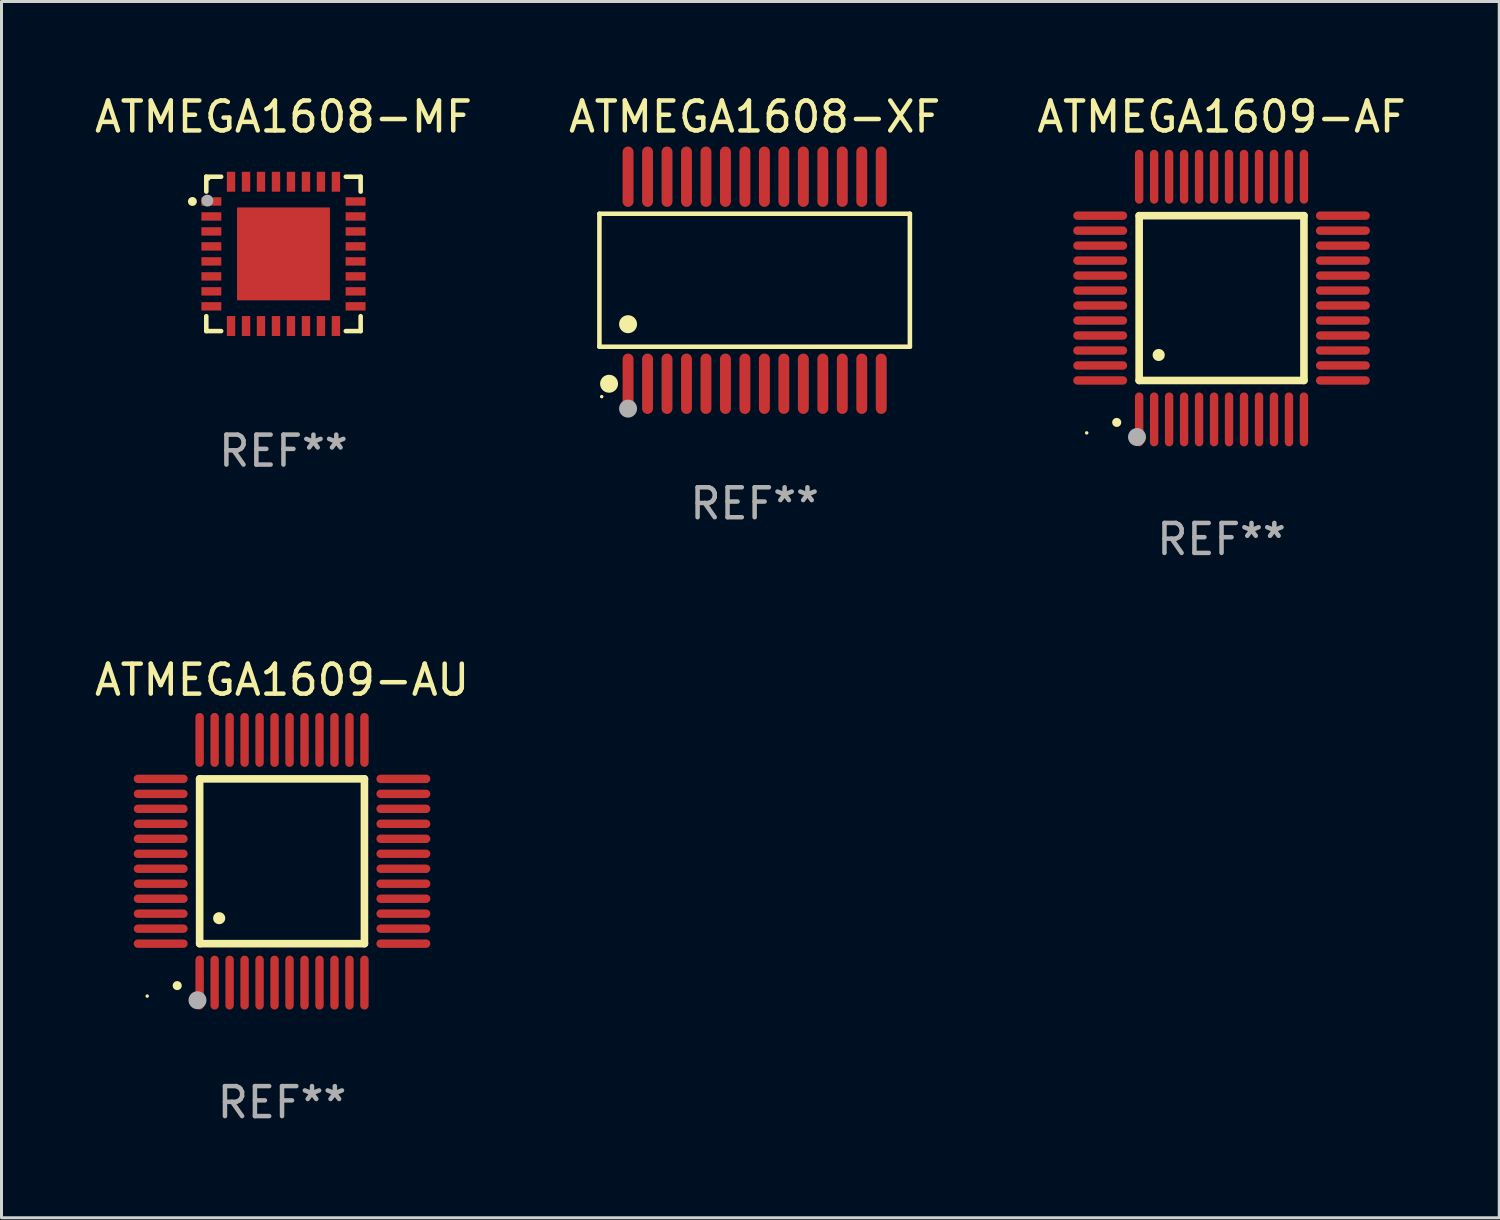
<source format=kicad_pcb>
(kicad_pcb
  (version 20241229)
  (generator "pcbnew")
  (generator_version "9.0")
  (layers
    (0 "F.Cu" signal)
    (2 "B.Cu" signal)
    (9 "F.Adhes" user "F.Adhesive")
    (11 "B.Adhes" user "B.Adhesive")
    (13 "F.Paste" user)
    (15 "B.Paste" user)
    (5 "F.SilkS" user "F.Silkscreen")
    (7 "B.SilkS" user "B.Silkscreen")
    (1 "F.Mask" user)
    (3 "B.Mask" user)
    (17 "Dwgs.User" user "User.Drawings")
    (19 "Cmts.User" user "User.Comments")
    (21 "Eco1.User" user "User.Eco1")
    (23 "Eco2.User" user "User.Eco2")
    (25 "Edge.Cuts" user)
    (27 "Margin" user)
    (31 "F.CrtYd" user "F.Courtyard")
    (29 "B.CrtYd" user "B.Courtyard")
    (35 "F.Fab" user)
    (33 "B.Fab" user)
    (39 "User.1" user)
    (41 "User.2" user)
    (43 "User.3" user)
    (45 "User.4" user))
  (footprint "ATMEGA1608-XF"
    (layer "F.Cu")
    (at 22.137 6.303)
    (property "Reference" "ATMEGA1608-XF" (at 0 -5.455 0) (layer "F.SilkS") (effects (font (size 1 1) (thickness 0.15))))
    (attr through_hole)
    (fp_line (start -5.181 -2.219) (end 5.181 -2.219) (stroke (width 0.152) (type solid)) (layer "F.SilkS"))
    (fp_line (start -5.181 2.219) (end -5.181 -2.219) (stroke (width 0.152) (type solid)) (layer "F.SilkS"))
    (fp_line (start 5.181 -2.219) (end 5.181 2.219) (stroke (width 0.152) (type solid)) (layer "F.SilkS"))
    (fp_line (start 5.181 2.219) (end -5.181 2.219) (stroke (width 0.152) (type solid)) (layer "F.SilkS"))
    (fp_circle (center -5.105 3.885) (end -5.075 3.885) (stroke (width 0.06) (type solid)) (fill no) (layer "F.SilkS"))
    (fp_circle (center -4.859 3.455) (end -4.709 3.455) (stroke (width 0.3) (type solid)) (fill no) (layer "F.SilkS"))
    (fp_circle (center -4.225 1.467) (end -4.075 1.467) (stroke (width 0.3) (type solid)) (fill no) (layer "F.SilkS"))
    (fp_circle (center -4.225 4.285) (end -4.075 4.285) (stroke (width 0.3) (type solid)) (fill no) (layer "F.Fab"))
    (fp_text user "REF**" (at 0 7.455 0) (layer "F.Fab") (effects (font (size 1 1) (thickness 0.15))))
    (pad "1" smd oval (at -4.225 3.455) (size 0.364 2.015) (layers "F.Cu" "F.Mask" "F.Paste"))
    (pad "2" smd oval (at -3.575 3.455) (size 0.364 2.015) (layers "F.Cu" "F.Mask" "F.Paste"))
    (pad "3" smd oval (at -2.925 3.455) (size 0.364 2.015) (layers "F.Cu" "F.Mask" "F.Paste"))
    (pad "4" smd oval (at -2.275 3.455) (size 0.364 2.015) (layers "F.Cu" "F.Mask" "F.Paste"))
    (pad "5" smd oval (at -1.625 3.455) (size 0.364 2.015) (layers "F.Cu" "F.Mask" "F.Paste"))
    (pad "6" smd oval (at -0.975 3.455) (size 0.364 2.015) (layers "F.Cu" "F.Mask" "F.Paste"))
    (pad "7" smd oval (at -0.325 3.455) (size 0.364 2.015) (layers "F.Cu" "F.Mask" "F.Paste"))
    (pad "8" smd oval (at 0.325 3.455) (size 0.364 2.015) (layers "F.Cu" "F.Mask" "F.Paste"))
    (pad "9" smd oval (at 0.975 3.455) (size 0.364 2.015) (layers "F.Cu" "F.Mask" "F.Paste"))
    (pad "10" smd oval (at 1.625 3.455) (size 0.364 2.015) (layers "F.Cu" "F.Mask" "F.Paste"))
    (pad "11" smd oval (at 2.275 3.455) (size 0.364 2.015) (layers "F.Cu" "F.Mask" "F.Paste"))
    (pad "12" smd oval (at 2.925 3.455) (size 0.364 2.015) (layers "F.Cu" "F.Mask" "F.Paste"))
    (pad "13" smd oval (at 3.575 3.455) (size 0.364 2.015) (layers "F.Cu" "F.Mask" "F.Paste"))
    (pad "14" smd oval (at 4.225 3.455) (size 0.364 2.015) (layers "F.Cu" "F.Mask" "F.Paste"))
    (pad "15" smd oval (at 4.225 -3.455) (size 0.364 2.015) (layers "F.Cu" "F.Mask" "F.Paste"))
    (pad "16" smd oval (at 3.575 -3.455) (size 0.364 2.015) (layers "F.Cu" "F.Mask" "F.Paste"))
    (pad "17" smd oval (at 2.925 -3.455) (size 0.364 2.015) (layers "F.Cu" "F.Mask" "F.Paste"))
    (pad "18" smd oval (at 2.275 -3.455) (size 0.364 2.015) (layers "F.Cu" "F.Mask" "F.Paste"))
    (pad "19" smd oval (at 1.625 -3.455) (size 0.364 2.015) (layers "F.Cu" "F.Mask" "F.Paste"))
    (pad "20" smd oval (at 0.975 -3.455) (size 0.364 2.015) (layers "F.Cu" "F.Mask" "F.Paste"))
    (pad "21" smd oval (at 0.325 -3.455) (size 0.364 2.015) (layers "F.Cu" "F.Mask" "F.Paste"))
    (pad "22" smd oval (at -0.325 -3.455) (size 0.364 2.015) (layers "F.Cu" "F.Mask" "F.Paste"))
    (pad "23" smd oval (at -0.975 -3.455) (size 0.364 2.015) (layers "F.Cu" "F.Mask" "F.Paste"))
    (pad "24" smd oval (at -1.625 -3.455) (size 0.364 2.015) (layers "F.Cu" "F.Mask" "F.Paste"))
    (pad "25" smd oval (at -2.275 -3.455) (size 0.364 2.015) (layers "F.Cu" "F.Mask" "F.Paste"))
    (pad "26" smd oval (at -2.925 -3.455) (size 0.364 2.015) (layers "F.Cu" "F.Mask" "F.Paste"))
    (pad "27" smd oval (at -3.575 -3.455) (size 0.364 2.015) (layers "F.Cu" "F.Mask" "F.Paste"))
    (pad "28" smd oval (at -4.225 -3.455) (size 0.364 2.015) (layers "F.Cu" "F.Mask" "F.Paste")))
  (footprint "ATMEGA1608-MF"
    (layer "F.Cu")
    (at 6.411 5.424)
    (property "Reference" "ATMEGA1608-MF" (at 0 -4.576 0) (layer "F.SilkS") (effects (font (size 1 1) (thickness 0.15))))
    (attr through_hole)
    (fp_line (start -2.576 -2.576) (end -2.576 -2.08) (stroke (width 0.152) (type solid)) (layer "F.SilkS"))
    (fp_line (start -2.576 2.576) (end -2.576 2.08) (stroke (width 0.152) (type solid)) (layer "F.SilkS"))
    (fp_line (start -2.08 -2.576) (end -2.576 -2.576) (stroke (width 0.152) (type solid)) (layer "F.SilkS"))
    (fp_line (start -2.08 2.576) (end -2.576 2.576) (stroke (width 0.152) (type solid)) (layer "F.SilkS"))
    (fp_line (start 2.08 -2.576) (end 2.576 -2.576) (stroke (width 0.152) (type solid)) (layer "F.SilkS"))
    (fp_line (start 2.08 2.576) (end 2.576 2.576) (stroke (width 0.152) (type solid)) (layer "F.SilkS"))
    (fp_line (start 2.576 -2.576) (end 2.576 -2.08) (stroke (width 0.152) (type solid)) (layer "F.SilkS"))
    (fp_line (start 2.576 2.576) (end 2.576 2.08) (stroke (width 0.152) (type solid)) (layer "F.SilkS"))
    (fp_circle (center -3.04 -1.75) (end -2.965 -1.75) (stroke (width 0.15) (type solid)) (fill no) (layer "F.SilkS"))
    (fp_circle (center -2.5 -2.5) (end -2.47 -2.5) (stroke (width 0.06) (type solid)) (fill no) (layer "F.SilkS"))
    (fp_circle (center -2.54 -1.778) (end -2.44 -1.778) (stroke (width 0.2) (type solid)) (fill no) (layer "F.Fab"))
    (fp_text user "REF**" (at 0 6.576 0) (layer "F.Fab") (effects (font (size 1 1) (thickness 0.15))))
    (pad "1" smd rect (at -2.407 -1.75) (size 0.665 0.28) (layers "F.Cu" "F.Mask" "F.Paste"))
    (pad "2" smd rect (at -2.407 -1.25) (size 0.665 0.28) (layers "F.Cu" "F.Mask" "F.Paste"))
    (pad "3" smd rect (at -2.407 -0.75) (size 0.665 0.28) (layers "F.Cu" "F.Mask" "F.Paste"))
    (pad "4" smd rect (at -2.407 -0.25) (size 0.665 0.28) (layers "F.Cu" "F.Mask" "F.Paste"))
    (pad "5" smd rect (at -2.407 0.25) (size 0.665 0.28) (layers "F.Cu" "F.Mask" "F.Paste"))
    (pad "6" smd rect (at -2.407 0.75) (size 0.665 0.28) (layers "F.Cu" "F.Mask" "F.Paste"))
    (pad "7" smd rect (at -2.407 1.25) (size 0.665 0.28) (layers "F.Cu" "F.Mask" "F.Paste"))
    (pad "8" smd rect (at -2.407 1.75) (size 0.665 0.28) (layers "F.Cu" "F.Mask" "F.Paste"))
    (pad "9" smd rect (at -1.75 2.407) (size 0.28 0.665) (layers "F.Cu" "F.Mask" "F.Paste"))
    (pad "10" smd rect (at -1.25 2.407) (size 0.28 0.665) (layers "F.Cu" "F.Mask" "F.Paste"))
    (pad "11" smd rect (at -0.75 2.407) (size 0.28 0.665) (layers "F.Cu" "F.Mask" "F.Paste"))
    (pad "12" smd rect (at -0.25 2.407) (size 0.28 0.665) (layers "F.Cu" "F.Mask" "F.Paste"))
    (pad "13" smd rect (at 0.25 2.407) (size 0.28 0.665) (layers "F.Cu" "F.Mask" "F.Paste"))
    (pad "14" smd rect (at 0.75 2.407) (size 0.28 0.665) (layers "F.Cu" "F.Mask" "F.Paste"))
    (pad "15" smd rect (at 1.25 2.407) (size 0.28 0.665) (layers "F.Cu" "F.Mask" "F.Paste"))
    (pad "16" smd rect (at 1.75 2.407) (size 0.28 0.665) (layers "F.Cu" "F.Mask" "F.Paste"))
    (pad "17" smd rect (at 2.407 1.75) (size 0.665 0.28) (layers "F.Cu" "F.Mask" "F.Paste"))
    (pad "18" smd rect (at 2.407 1.25) (size 0.665 0.28) (layers "F.Cu" "F.Mask" "F.Paste"))
    (pad "19" smd rect (at 2.407 0.75) (size 0.665 0.28) (layers "F.Cu" "F.Mask" "F.Paste"))
    (pad "20" smd rect (at 2.407 0.25) (size 0.665 0.28) (layers "F.Cu" "F.Mask" "F.Paste"))
    (pad "21" smd rect (at 2.407 -0.25) (size 0.665 0.28) (layers "F.Cu" "F.Mask" "F.Paste"))
    (pad "22" smd rect (at 2.407 -0.75) (size 0.665 0.28) (layers "F.Cu" "F.Mask" "F.Paste"))
    (pad "23" smd rect (at 2.407 -1.25) (size 0.665 0.28) (layers "F.Cu" "F.Mask" "F.Paste"))
    (pad "24" smd rect (at 2.407 -1.75) (size 0.665 0.28) (layers "F.Cu" "F.Mask" "F.Paste"))
    (pad "25" smd rect (at 1.75 -2.408) (size 0.28 0.665) (layers "F.Cu" "F.Mask" "F.Paste"))
    (pad "26" smd rect (at 1.25 -2.408) (size 0.28 0.665) (layers "F.Cu" "F.Mask" "F.Paste"))
    (pad "27" smd rect (at 0.75 -2.408) (size 0.28 0.665) (layers "F.Cu" "F.Mask" "F.Paste"))
    (pad "28" smd rect (at 0.25 -2.408) (size 0.28 0.665) (layers "F.Cu" "F.Mask" "F.Paste"))
    (pad "29" smd rect (at -0.25 -2.408) (size 0.28 0.665) (layers "F.Cu" "F.Mask" "F.Paste"))
    (pad "30" smd rect (at -0.75 -2.408) (size 0.28 0.665) (layers "F.Cu" "F.Mask" "F.Paste"))
    (pad "31" smd rect (at -1.25 -2.408) (size 0.28 0.665) (layers "F.Cu" "F.Mask" "F.Paste"))
    (pad "32" smd rect (at -1.75 -2.408) (size 0.28 0.665) (layers "F.Cu" "F.Mask" "F.Paste"))
    (pad "33" smd rect (at -0.000076 -0.000102) (size 3.1 3.1) (layers "F.Cu" "F.Mask" "F.Paste")))
  (footprint "ATMEGA1609-AF"
    (layer "F.Cu")
    (at 37.72 6.898)
    (property "Reference" "ATMEGA1609-AF" (at 0 -6.05 0) (layer "F.SilkS") (effects (font (size 1 1) (thickness 0.15))))
    (attr through_hole)
    (fp_line (start -2.75 -2.75) (end 2.75 -2.75) (stroke (width 0.254) (type solid)) (layer "F.SilkS"))
    (fp_line (start -2.75 2.75) (end -2.75 -2.75) (stroke (width 0.254) (type solid)) (layer "F.SilkS"))
    (fp_line (start 2.75 -2.75) (end 2.75 2.75) (stroke (width 0.254) (type solid)) (layer "F.SilkS"))
    (fp_line (start 2.75 2.75) (end -2.75 2.75) (stroke (width 0.254) (type solid)) (layer "F.SilkS"))
    (fp_arc (start -3.500127 4.150368) (mid -3.498857 4.150363) (end -3.497587 4.150368) (stroke (width 0.3) (type solid)) (layer "F.SilkS"))
    (fp_arc (start -2.100584 1.899924) (mid -2.098044 1.899908) (end -2.095504 1.899924) (stroke (width 0.4) (type solid)) (layer "F.SilkS"))
    (fp_circle (center -4.5 4.5) (end -4.47 4.5) (stroke (width 0.06) (type solid)) (fill no) (layer "F.SilkS"))
    (fp_circle (center -2.822 4.638) (end -2.672 4.638) (stroke (width 0.3) (type solid)) (fill no) (layer "F.Fab"))
    (fp_text user "REF**" (at 0 8.05 0) (layer "F.Fab") (effects (font (size 1 1) (thickness 0.15))))
    (pad "1" smd oval (at -2.75 4.05) (size 0.28 1.8) (layers "F.Cu" "F.Mask" "F.Paste"))
    (pad "2" smd oval (at -2.25 4.05) (size 0.28 1.8) (layers "F.Cu" "F.Mask" "F.Paste"))
    (pad "3" smd oval (at -1.75 4.05) (size 0.28 1.8) (layers "F.Cu" "F.Mask" "F.Paste"))
    (pad "4" smd oval (at -1.25 4.05) (size 0.28 1.8) (layers "F.Cu" "F.Mask" "F.Paste"))
    (pad "5" smd oval (at -0.75 4.05) (size 0.28 1.8) (layers "F.Cu" "F.Mask" "F.Paste"))
    (pad "6" smd oval (at -0.25 4.05) (size 0.28 1.8) (layers "F.Cu" "F.Mask" "F.Paste"))
    (pad "7" smd oval (at 0.25 4.05) (size 0.28 1.8) (layers "F.Cu" "F.Mask" "F.Paste"))
    (pad "8" smd oval (at 0.75 4.05) (size 0.28 1.8) (layers "F.Cu" "F.Mask" "F.Paste"))
    (pad "9" smd oval (at 1.25 4.05) (size 0.28 1.8) (layers "F.Cu" "F.Mask" "F.Paste"))
    (pad "10" smd oval (at 1.75 4.05) (size 0.28 1.8) (layers "F.Cu" "F.Mask" "F.Paste"))
    (pad "11" smd oval (at 2.25 4.05) (size 0.28 1.8) (layers "F.Cu" "F.Mask" "F.Paste"))
    (pad "12" smd oval (at 2.75 4.05) (size 0.28 1.8) (layers "F.Cu" "F.Mask" "F.Paste"))
    (pad "13" smd oval (at 4.05 2.75) (size 1.8 0.28) (layers "F.Cu" "F.Mask" "F.Paste"))
    (pad "14" smd oval (at 4.05 2.25) (size 1.8 0.28) (layers "F.Cu" "F.Mask" "F.Paste"))
    (pad "15" smd oval (at 4.05 1.75) (size 1.8 0.28) (layers "F.Cu" "F.Mask" "F.Paste"))
    (pad "16" smd oval (at 4.05 1.25) (size 1.8 0.28) (layers "F.Cu" "F.Mask" "F.Paste"))
    (pad "17" smd oval (at 4.05 0.75) (size 1.8 0.28) (layers "F.Cu" "F.Mask" "F.Paste"))
    (pad "18" smd oval (at 4.05 0.25) (size 1.8 0.28) (layers "F.Cu" "F.Mask" "F.Paste"))
    (pad "19" smd oval (at 4.05 -0.25) (size 1.8 0.28) (layers "F.Cu" "F.Mask" "F.Paste"))
    (pad "20" smd oval (at 4.05 -0.75) (size 1.8 0.28) (layers "F.Cu" "F.Mask" "F.Paste"))
    (pad "21" smd oval (at 4.05 -1.25) (size 1.8 0.28) (layers "F.Cu" "F.Mask" "F.Paste"))
    (pad "22" smd oval (at 4.05 -1.75) (size 1.8 0.28) (layers "F.Cu" "F.Mask" "F.Paste"))
    (pad "23" smd oval (at 4.05 -2.25) (size 1.8 0.28) (layers "F.Cu" "F.Mask" "F.Paste"))
    (pad "24" smd oval (at 4.05 -2.75) (size 1.8 0.28) (layers "F.Cu" "F.Mask" "F.Paste"))
    (pad "25" smd oval (at 2.75 -4.05) (size 0.28 1.8) (layers "F.Cu" "F.Mask" "F.Paste"))
    (pad "26" smd oval (at 2.25 -4.05) (size 0.28 1.8) (layers "F.Cu" "F.Mask" "F.Paste"))
    (pad "27" smd oval (at 1.75 -4.05) (size 0.28 1.8) (layers "F.Cu" "F.Mask" "F.Paste"))
    (pad "28" smd oval (at 1.25 -4.05) (size 0.28 1.8) (layers "F.Cu" "F.Mask" "F.Paste"))
    (pad "29" smd oval (at 0.75 -4.05) (size 0.28 1.8) (layers "F.Cu" "F.Mask" "F.Paste"))
    (pad "30" smd oval (at 0.25 -4.05) (size 0.28 1.8) (layers "F.Cu" "F.Mask" "F.Paste"))
    (pad "31" smd oval (at -0.25 -4.05) (size 0.28 1.8) (layers "F.Cu" "F.Mask" "F.Paste"))
    (pad "32" smd oval (at -0.75 -4.05) (size 0.28 1.8) (layers "F.Cu" "F.Mask" "F.Paste"))
    (pad "33" smd oval (at -1.25 -4.05) (size 0.28 1.8) (layers "F.Cu" "F.Mask" "F.Paste"))
    (pad "34" smd oval (at -1.75 -4.05) (size 0.28 1.8) (layers "F.Cu" "F.Mask" "F.Paste"))
    (pad "35" smd oval (at -2.25 -4.05) (size 0.28 1.8) (layers "F.Cu" "F.Mask" "F.Paste"))
    (pad "36" smd oval (at -2.75 -4.05) (size 0.28 1.8) (layers "F.Cu" "F.Mask" "F.Paste"))
    (pad "37" smd oval (at -4.05 -2.75) (size 1.8 0.28) (layers "F.Cu" "F.Mask" "F.Paste"))
    (pad "38" smd oval (at -4.05 -2.25) (size 1.8 0.28) (layers "F.Cu" "F.Mask" "F.Paste"))
    (pad "39" smd oval (at -4.05 -1.75) (size 1.8 0.28) (layers "F.Cu" "F.Mask" "F.Paste"))
    (pad "40" smd oval (at -4.05 -1.25) (size 1.8 0.28) (layers "F.Cu" "F.Mask" "F.Paste"))
    (pad "41" smd oval (at -4.05 -0.75) (size 1.8 0.28) (layers "F.Cu" "F.Mask" "F.Paste"))
    (pad "42" smd oval (at -4.05 -0.25) (size 1.8 0.28) (layers "F.Cu" "F.Mask" "F.Paste"))
    (pad "43" smd oval (at -4.05 0.25) (size 1.8 0.28) (layers "F.Cu" "F.Mask" "F.Paste"))
    (pad "44" smd oval (at -4.05 0.75) (size 1.8 0.28) (layers "F.Cu" "F.Mask" "F.Paste"))
    (pad "45" smd oval (at -4.05 1.25) (size 1.8 0.28) (layers "F.Cu" "F.Mask" "F.Paste"))
    (pad "46" smd oval (at -4.05 1.75) (size 1.8 0.28) (layers "F.Cu" "F.Mask" "F.Paste"))
    (pad "47" smd oval (at -4.05 2.25) (size 1.8 0.28) (layers "F.Cu" "F.Mask" "F.Paste"))
    (pad "48" smd oval (at -4.05 2.75) (size 1.8 0.28) (layers "F.Cu" "F.Mask" "F.Paste")))
  (footprint "ATMEGA1609-AU"
    (layer "F.Cu")
    (at 6.363 25.695)
    (property "Reference" "ATMEGA1609-AU" (at 0 -6.05 0) (layer "F.SilkS") (effects (font (size 1 1) (thickness 0.15))))
    (attr through_hole)
    (fp_line (start -2.75 -2.75) (end 2.75 -2.75) (stroke (width 0.254) (type solid)) (layer "F.SilkS"))
    (fp_line (start -2.75 2.75) (end -2.75 -2.75) (stroke (width 0.254) (type solid)) (layer "F.SilkS"))
    (fp_line (start 2.75 -2.75) (end 2.75 2.75) (stroke (width 0.254) (type solid)) (layer "F.SilkS"))
    (fp_line (start 2.75 2.75) (end -2.75 2.75) (stroke (width 0.254) (type solid)) (layer "F.SilkS"))
    (fp_arc (start -3.500127 4.150368) (mid -3.498857 4.150363) (end -3.497587 4.150368) (stroke (width 0.3) (type solid)) (layer "F.SilkS"))
    (fp_arc (start -2.100584 1.899924) (mid -2.098044 1.899908) (end -2.095504 1.899924) (stroke (width 0.4) (type solid)) (layer "F.SilkS"))
    (fp_circle (center -4.5 4.5) (end -4.47 4.5) (stroke (width 0.06) (type solid)) (fill no) (layer "F.SilkS"))
    (fp_circle (center -2.822 4.638) (end -2.672 4.638) (stroke (width 0.3) (type solid)) (fill no) (layer "F.Fab"))
    (fp_text user "REF**" (at 0 8.05 0) (layer "F.Fab") (effects (font (size 1 1) (thickness 0.15))))
    (pad "1" smd oval (at -2.75 4.05) (size 0.28 1.8) (layers "F.Cu" "F.Mask" "F.Paste"))
    (pad "2" smd oval (at -2.25 4.05) (size 0.28 1.8) (layers "F.Cu" "F.Mask" "F.Paste"))
    (pad "3" smd oval (at -1.75 4.05) (size 0.28 1.8) (layers "F.Cu" "F.Mask" "F.Paste"))
    (pad "4" smd oval (at -1.25 4.05) (size 0.28 1.8) (layers "F.Cu" "F.Mask" "F.Paste"))
    (pad "5" smd oval (at -0.75 4.05) (size 0.28 1.8) (layers "F.Cu" "F.Mask" "F.Paste"))
    (pad "6" smd oval (at -0.25 4.05) (size 0.28 1.8) (layers "F.Cu" "F.Mask" "F.Paste"))
    (pad "7" smd oval (at 0.25 4.05) (size 0.28 1.8) (layers "F.Cu" "F.Mask" "F.Paste"))
    (pad "8" smd oval (at 0.75 4.05) (size 0.28 1.8) (layers "F.Cu" "F.Mask" "F.Paste"))
    (pad "9" smd oval (at 1.25 4.05) (size 0.28 1.8) (layers "F.Cu" "F.Mask" "F.Paste"))
    (pad "10" smd oval (at 1.75 4.05) (size 0.28 1.8) (layers "F.Cu" "F.Mask" "F.Paste"))
    (pad "11" smd oval (at 2.25 4.05) (size 0.28 1.8) (layers "F.Cu" "F.Mask" "F.Paste"))
    (pad "12" smd oval (at 2.75 4.05) (size 0.28 1.8) (layers "F.Cu" "F.Mask" "F.Paste"))
    (pad "13" smd oval (at 4.05 2.75) (size 1.8 0.28) (layers "F.Cu" "F.Mask" "F.Paste"))
    (pad "14" smd oval (at 4.05 2.25) (size 1.8 0.28) (layers "F.Cu" "F.Mask" "F.Paste"))
    (pad "15" smd oval (at 4.05 1.75) (size 1.8 0.28) (layers "F.Cu" "F.Mask" "F.Paste"))
    (pad "16" smd oval (at 4.05 1.25) (size 1.8 0.28) (layers "F.Cu" "F.Mask" "F.Paste"))
    (pad "17" smd oval (at 4.05 0.75) (size 1.8 0.28) (layers "F.Cu" "F.Mask" "F.Paste"))
    (pad "18" smd oval (at 4.05 0.25) (size 1.8 0.28) (layers "F.Cu" "F.Mask" "F.Paste"))
    (pad "19" smd oval (at 4.05 -0.25) (size 1.8 0.28) (layers "F.Cu" "F.Mask" "F.Paste"))
    (pad "20" smd oval (at 4.05 -0.75) (size 1.8 0.28) (layers "F.Cu" "F.Mask" "F.Paste"))
    (pad "21" smd oval (at 4.05 -1.25) (size 1.8 0.28) (layers "F.Cu" "F.Mask" "F.Paste"))
    (pad "22" smd oval (at 4.05 -1.75) (size 1.8 0.28) (layers "F.Cu" "F.Mask" "F.Paste"))
    (pad "23" smd oval (at 4.05 -2.25) (size 1.8 0.28) (layers "F.Cu" "F.Mask" "F.Paste"))
    (pad "24" smd oval (at 4.05 -2.75) (size 1.8 0.28) (layers "F.Cu" "F.Mask" "F.Paste"))
    (pad "25" smd oval (at 2.75 -4.05) (size 0.28 1.8) (layers "F.Cu" "F.Mask" "F.Paste"))
    (pad "26" smd oval (at 2.25 -4.05) (size 0.28 1.8) (layers "F.Cu" "F.Mask" "F.Paste"))
    (pad "27" smd oval (at 1.75 -4.05) (size 0.28 1.8) (layers "F.Cu" "F.Mask" "F.Paste"))
    (pad "28" smd oval (at 1.25 -4.05) (size 0.28 1.8) (layers "F.Cu" "F.Mask" "F.Paste"))
    (pad "29" smd oval (at 0.75 -4.05) (size 0.28 1.8) (layers "F.Cu" "F.Mask" "F.Paste"))
    (pad "30" smd oval (at 0.25 -4.05) (size 0.28 1.8) (layers "F.Cu" "F.Mask" "F.Paste"))
    (pad "31" smd oval (at -0.25 -4.05) (size 0.28 1.8) (layers "F.Cu" "F.Mask" "F.Paste"))
    (pad "32" smd oval (at -0.75 -4.05) (size 0.28 1.8) (layers "F.Cu" "F.Mask" "F.Paste"))
    (pad "33" smd oval (at -1.25 -4.05) (size 0.28 1.8) (layers "F.Cu" "F.Mask" "F.Paste"))
    (pad "34" smd oval (at -1.75 -4.05) (size 0.28 1.8) (layers "F.Cu" "F.Mask" "F.Paste"))
    (pad "35" smd oval (at -2.25 -4.05) (size 0.28 1.8) (layers "F.Cu" "F.Mask" "F.Paste"))
    (pad "36" smd oval (at -2.75 -4.05) (size 0.28 1.8) (layers "F.Cu" "F.Mask" "F.Paste"))
    (pad "37" smd oval (at -4.05 -2.75) (size 1.8 0.28) (layers "F.Cu" "F.Mask" "F.Paste"))
    (pad "38" smd oval (at -4.05 -2.25) (size 1.8 0.28) (layers "F.Cu" "F.Mask" "F.Paste"))
    (pad "39" smd oval (at -4.05 -1.75) (size 1.8 0.28) (layers "F.Cu" "F.Mask" "F.Paste"))
    (pad "40" smd oval (at -4.05 -1.25) (size 1.8 0.28) (layers "F.Cu" "F.Mask" "F.Paste"))
    (pad "41" smd oval (at -4.05 -0.75) (size 1.8 0.28) (layers "F.Cu" "F.Mask" "F.Paste"))
    (pad "42" smd oval (at -4.05 -0.25) (size 1.8 0.28) (layers "F.Cu" "F.Mask" "F.Paste"))
    (pad "43" smd oval (at -4.05 0.25) (size 1.8 0.28) (layers "F.Cu" "F.Mask" "F.Paste"))
    (pad "44" smd oval (at -4.05 0.75) (size 1.8 0.28) (layers "F.Cu" "F.Mask" "F.Paste"))
    (pad "45" smd oval (at -4.05 1.25) (size 1.8 0.28) (layers "F.Cu" "F.Mask" "F.Paste"))
    (pad "46" smd oval (at -4.05 1.75) (size 1.8 0.28) (layers "F.Cu" "F.Mask" "F.Paste"))
    (pad "47" smd oval (at -4.05 2.25) (size 1.8 0.28) (layers "F.Cu" "F.Mask" "F.Paste"))
    (pad "48" smd oval (at -4.05 2.75) (size 1.8 0.28) (layers "F.Cu" "F.Mask" "F.Paste")))
  (gr_rect
    (start -3 -3)
    (end 46.988 37.593)
    (stroke (width 0.1) (type default))
    (fill no)
    (layer "Edge.Cuts")))
</source>
